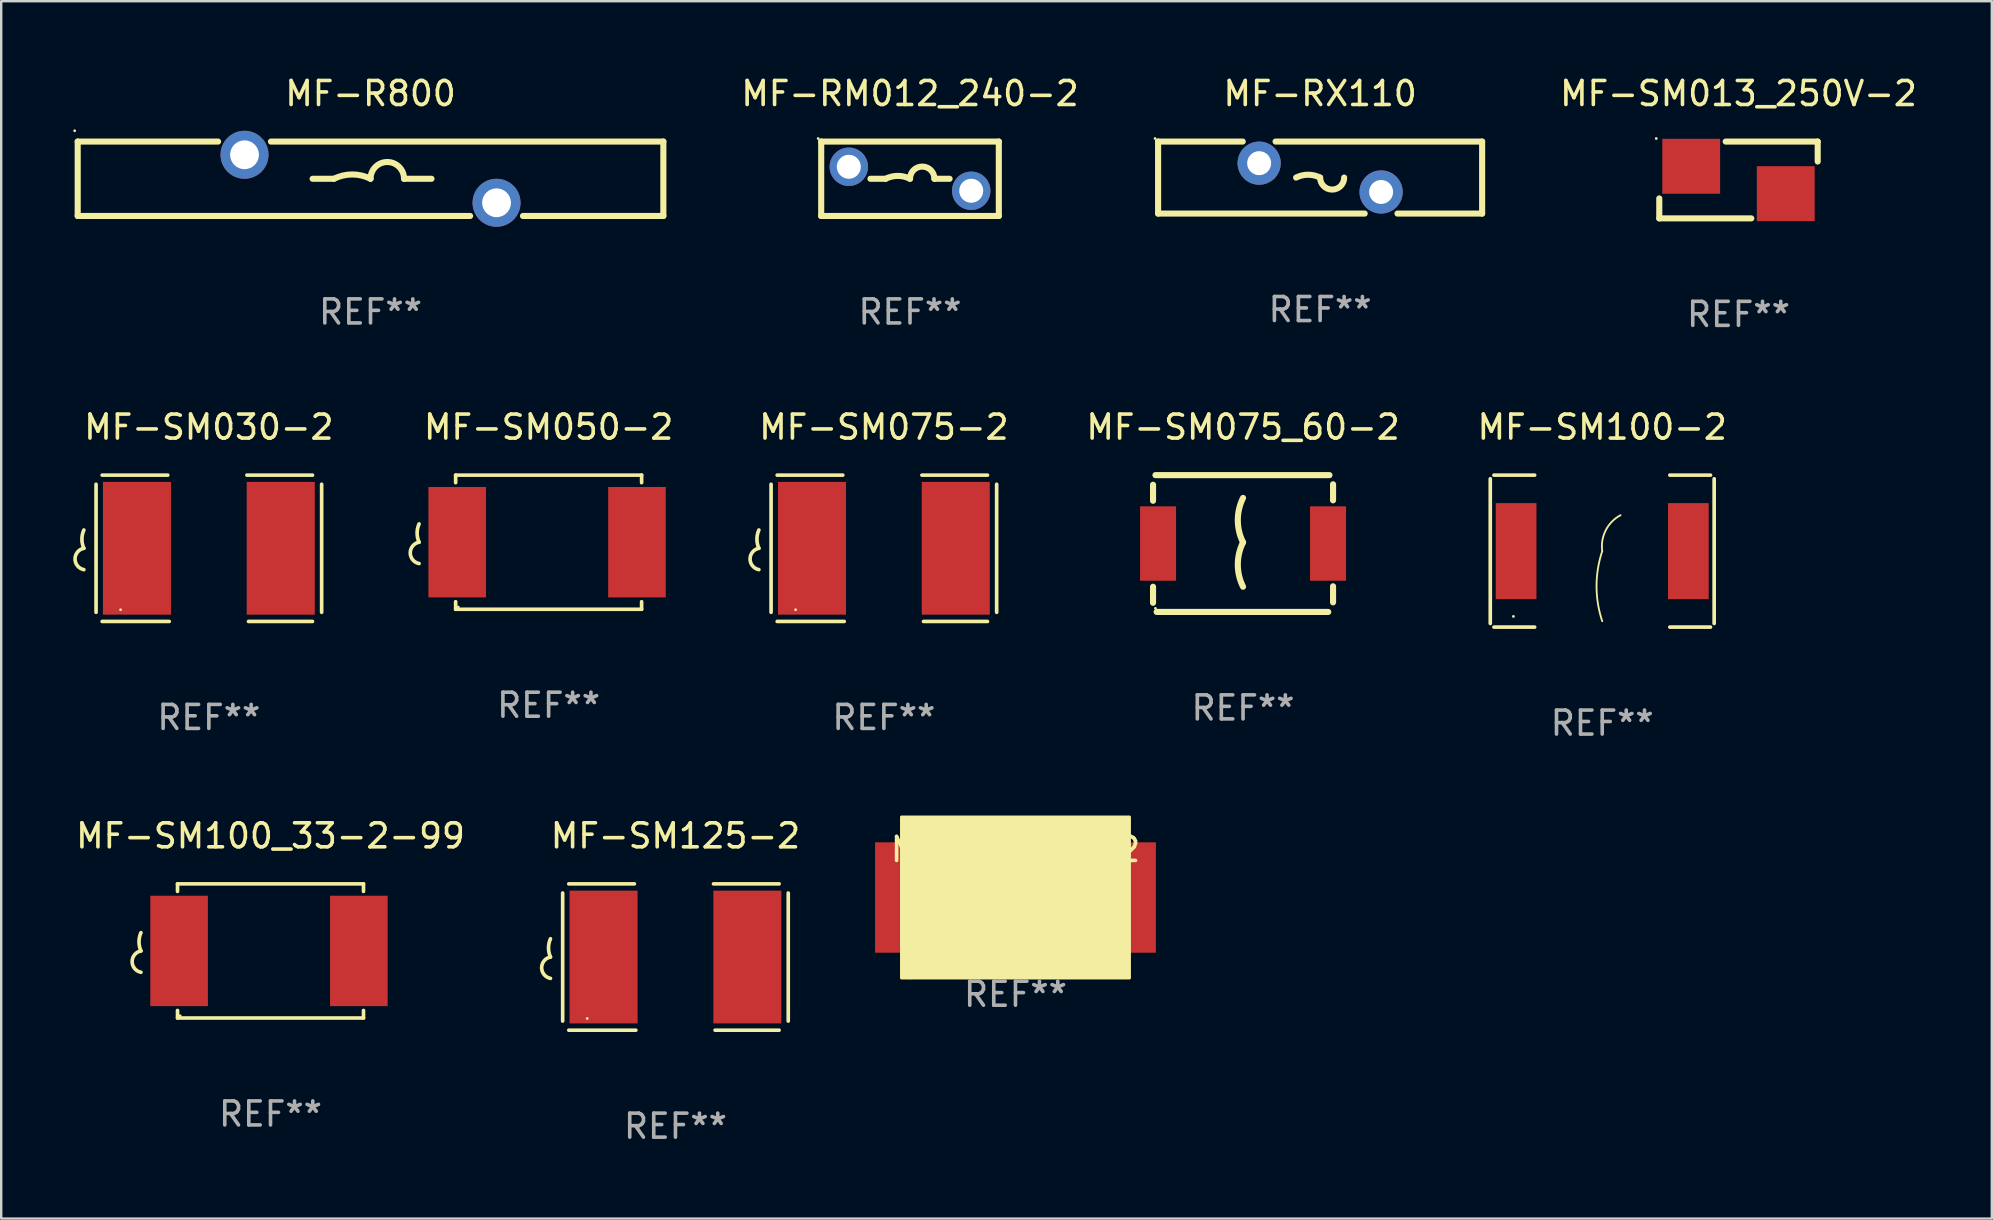
<source format=kicad_pcb>
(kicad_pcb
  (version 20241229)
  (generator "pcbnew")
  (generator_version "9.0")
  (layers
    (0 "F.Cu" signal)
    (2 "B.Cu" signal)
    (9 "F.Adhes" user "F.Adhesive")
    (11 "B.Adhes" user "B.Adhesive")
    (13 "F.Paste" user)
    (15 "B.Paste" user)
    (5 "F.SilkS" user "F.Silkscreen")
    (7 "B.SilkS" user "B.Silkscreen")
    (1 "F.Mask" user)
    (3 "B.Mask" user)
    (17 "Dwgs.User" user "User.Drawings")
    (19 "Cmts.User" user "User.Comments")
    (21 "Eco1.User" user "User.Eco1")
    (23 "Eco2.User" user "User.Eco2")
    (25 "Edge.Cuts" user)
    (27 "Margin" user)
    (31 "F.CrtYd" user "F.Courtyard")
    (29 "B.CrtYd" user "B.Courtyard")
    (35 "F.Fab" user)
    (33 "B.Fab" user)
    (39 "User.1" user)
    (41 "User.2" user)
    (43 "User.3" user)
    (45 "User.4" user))
  (footprint "MF-SM030-2"
    (layer "F.Cu")
    (at 5.651 19.793)
    (property "Reference" "MF-SM030-2" (at 0 -5.048 0) (layer "F.SilkS") (effects (font (size 1 1) (thickness 0.15))))
    (attr through_hole)
    (fp_line (start -4.699 -2.667) (end -4.699 2.667) (stroke (width 0.152) (type solid)) (layer "F.SilkS"))
    (fp_line (start -4.445 -3.048) (end -1.712 -3.048) (stroke (width 0.152) (type solid)) (layer "F.SilkS"))
    (fp_line (start -1.651 3.048) (end -4.445 3.048) (stroke (width 0.152) (type solid)) (layer "F.SilkS"))
    (fp_line (start 1.651 3.048) (end 4.318 3.048) (stroke (width 0.152) (type solid)) (layer "F.SilkS"))
    (fp_line (start 4.318 -3.048) (end 1.585 -3.048) (stroke (width 0.152) (type solid)) (layer "F.SilkS"))
    (fp_line (start 4.699 -2.667) (end 4.699 2.667) (stroke (width 0.152) (type solid)) (layer "F.SilkS"))
    (fp_arc (start -5.20701 0) (mid -5.288646 -0.381001) (end -5.20701 -0.762002) (stroke (width 0.151994) (type solid)) (layer "F.SilkS"))
    (fp_arc (start -5.20701 0.889002) (mid -5.574698 0.444501) (end -5.20701 0) (stroke (width 0.151994) (type solid)) (layer "F.SilkS"))
    (fp_circle (center -3.677 2.56) (end -3.647 2.56) (stroke (width 0.06) (type solid)) (fill no) (layer "F.SilkS"))
    (fp_text user "REF**" (at 0 7.048 0) (layer "F.Fab") (effects (font (size 1 1) (thickness 0.15))))
    (pad "1" smd rect (at -2.995 0) (size 2.835 5.53) (layers "F.Cu" "F.Mask" "F.Paste"))
    (pad "2" smd rect (at 2.995 0) (size 2.835 5.53) (layers "F.Cu" "F.Mask" "F.Paste")))
  (footprint "MF-SM150-2"
    (layer "F.Cu")
    (at 39.257 34.358)
    (property "Reference" "MF-SM150-2" (at 0 -2.016 0) (layer "F.SilkS") (effects (font (size 1 1) (thickness 0.15))))
    (attr through_hole)
    (fp_line (start -2.413 -0.016) (end -1.397 -0.016) (stroke (width 0.254) (type solid)) (layer "F.SilkS"))
    (fp_line (start 2.414 0.016) (end 1.398 0.016) (stroke (width 0.254) (type solid)) (layer "F.SilkS"))
    (fp_arc (start -1.397003 -0.0159) (mid -0.698502 -0.180794) (end -0.000001 -0.015901) (stroke (width 0.254001) (type solid)) (layer "F.SilkS"))
    (fp_arc (start 1.397536 0.0159) (mid 0.699035 0.714401) (end 0.000534 0.0159) (stroke (width 0.254001) (type solid)) (layer "F.SilkS"))
    (fp_circle (center -4.4 3.334) (end -4.37 3.334) (stroke (width 0.06) (type solid)) (fill no) (layer "F.SilkS"))
    (fp_poly (pts (xy -4.75 -3.372) (xy 4.75 -3.372) (xy 4.75 3.338) (xy -4.75 3.338)) (stroke (width 0.12) (type solid)) (fill yes) (layer "F.SilkS"))
    (fp_text user "REF**" (at 0 4.016 0) (layer "F.Fab") (effects (font (size 1 1) (thickness 0.15))))
    (pad "1" smd rect (at -4.7 -0.016 270) (size 4.6 2.3) (layers "F.Cu" "F.Mask" "F.Paste"))
    (pad "2" smd rect (at 4.7 -0.016 270) (size 4.6 2.3) (layers "F.Cu" "F.Mask" "F.Paste")))
  (footprint "MF-SM125-2"
    (layer "F.Cu")
    (at 25.091 36.822)
    (property "Reference" "MF-SM125-2" (at 0 -5.048 0) (layer "F.SilkS") (effects (font (size 1 1) (thickness 0.15))))
    (attr through_hole)
    (fp_line (start -4.699 -2.667) (end -4.699 2.667) (stroke (width 0.152) (type solid)) (layer "F.SilkS"))
    (fp_line (start -4.445 -3.048) (end -1.712 -3.048) (stroke (width 0.152) (type solid)) (layer "F.SilkS"))
    (fp_line (start -1.651 3.048) (end -4.445 3.048) (stroke (width 0.152) (type solid)) (layer "F.SilkS"))
    (fp_line (start 1.651 3.048) (end 4.318 3.048) (stroke (width 0.152) (type solid)) (layer "F.SilkS"))
    (fp_line (start 4.318 -3.048) (end 1.585 -3.048) (stroke (width 0.152) (type solid)) (layer "F.SilkS"))
    (fp_line (start 4.699 -2.667) (end 4.699 2.667) (stroke (width 0.152) (type solid)) (layer "F.SilkS"))
    (fp_arc (start -5.20701 0) (mid -5.288646 -0.381001) (end -5.20701 -0.762002) (stroke (width 0.151994) (type solid)) (layer "F.SilkS"))
    (fp_arc (start -5.20701 0.889002) (mid -5.574698 0.444501) (end -5.20701 0) (stroke (width 0.151994) (type solid)) (layer "F.SilkS"))
    (fp_circle (center -3.677 2.56) (end -3.647 2.56) (stroke (width 0.06) (type solid)) (fill no) (layer "F.SilkS"))
    (fp_text user "REF**" (at 0 7.048 0) (layer "F.Fab") (effects (font (size 1 1) (thickness 0.15))))
    (pad "1" smd rect (at -2.995 0) (size 2.835 5.53) (layers "F.Cu" "F.Mask" "F.Paste"))
    (pad "2" smd rect (at 2.995 0) (size 2.835 5.53) (layers "F.Cu" "F.Mask" "F.Paste")))
  (footprint "MF-RX110"
    (layer "F.Cu")
    (at 51.949 4.348)
    (property "Reference" "MF-RX110" (at 0 -3.5 0) (layer "F.SilkS") (effects (font (size 1 1) (thickness 0.15))))
    (attr through_hole)
    (fp_line (start -6.75 -1.5) (end -3.224 -1.5) (stroke (width 0.254) (type solid)) (layer "F.SilkS"))
    (fp_line (start -6.75 1.5) (end -6.75 -1.5) (stroke (width 0.254) (type solid)) (layer "F.SilkS"))
    (fp_line (start -1.856 -1.5) (end 6.75 -1.5) (stroke (width 0.254) (type solid)) (layer "F.SilkS"))
    (fp_line (start 1.857 1.5) (end -6.75 1.5) (stroke (width 0.254) (type solid)) (layer "F.SilkS"))
    (fp_line (start 6.75 -1.5) (end 6.75 1.5) (stroke (width 0.254) (type solid)) (layer "F.SilkS"))
    (fp_line (start 6.75 1.5) (end 3.223 1.5) (stroke (width 0.254) (type solid)) (layer "F.SilkS"))
    (fp_arc (start -1 -0.000127) (mid -0.5 -0.118148) (end 0 -0.000127) (stroke (width 0.254001) (type solid)) (layer "F.SilkS"))
    (fp_arc (start 1.000762 -0.000127) (mid 0.500381 0.5) (end 0 -0.000127) (stroke (width 0.254001) (type solid)) (layer "F.SilkS"))
    (fp_circle (center -6.877 -1.627) (end -6.847 -1.627) (stroke (width 0.06) (type solid)) (fill no) (layer "F.SilkS"))
    (fp_text user "REF**" (at 0 5.5 0) (layer "F.Fab") (effects (font (size 1 1) (thickness 0.15))))
    (pad "1" thru_hole circle (at -2.54 -0.6) (size 1.8 1.8) (drill 1) (layers "*.Cu" "*.Mask"))
    (pad "2" thru_hole circle (at 2.54 0.6) (size 1.8 1.8) (drill 1) (layers "*.Cu" "*.Mask")))
  (footprint "MF-SM075-2"
    (layer "F.Cu")
    (at 33.774 19.793)
    (property "Reference" "MF-SM075-2" (at 0 -5.048 0) (layer "F.SilkS") (effects (font (size 1 1) (thickness 0.15))))
    (attr through_hole)
    (fp_line (start -4.699 -2.667) (end -4.699 2.667) (stroke (width 0.152) (type solid)) (layer "F.SilkS"))
    (fp_line (start -4.445 -3.048) (end -1.712 -3.048) (stroke (width 0.152) (type solid)) (layer "F.SilkS"))
    (fp_line (start -1.651 3.048) (end -4.445 3.048) (stroke (width 0.152) (type solid)) (layer "F.SilkS"))
    (fp_line (start 1.651 3.048) (end 4.318 3.048) (stroke (width 0.152) (type solid)) (layer "F.SilkS"))
    (fp_line (start 4.318 -3.048) (end 1.585 -3.048) (stroke (width 0.152) (type solid)) (layer "F.SilkS"))
    (fp_line (start 4.699 -2.667) (end 4.699 2.667) (stroke (width 0.152) (type solid)) (layer "F.SilkS"))
    (fp_arc (start -5.20701 0) (mid -5.288646 -0.381001) (end -5.20701 -0.762002) (stroke (width 0.151994) (type solid)) (layer "F.SilkS"))
    (fp_arc (start -5.20701 0.889002) (mid -5.574698 0.444501) (end -5.20701 0) (stroke (width 0.151994) (type solid)) (layer "F.SilkS"))
    (fp_circle (center -3.677 2.56) (end -3.647 2.56) (stroke (width 0.06) (type solid)) (fill no) (layer "F.SilkS"))
    (fp_text user "REF**" (at 0 7.048 0) (layer "F.Fab") (effects (font (size 1 1) (thickness 0.15))))
    (pad "1" smd rect (at -2.995 0) (size 2.835 5.53) (layers "F.Cu" "F.Mask" "F.Paste"))
    (pad "2" smd rect (at 2.995 0) (size 2.835 5.53) (layers "F.Cu" "F.Mask" "F.Paste")))
  (footprint "MF-RM012_240-2"
    (layer "F.Cu")
    (at 34.863 4.398)
    (property "Reference" "MF-RM012_240-2" (at 0 -3.55 0) (layer "F.SilkS") (effects (font (size 1 1) (thickness 0.15))))
    (attr through_hole)
    (fp_line (start -3.7 -1.55) (end 3.7 -1.55) (stroke (width 0.254) (type solid)) (layer "F.SilkS"))
    (fp_line (start -3.7 1.55) (end -3.7 -1.55) (stroke (width 0.254) (type solid)) (layer "F.SilkS"))
    (fp_line (start -1.649 0) (end -1.016 0) (stroke (width 0.254) (type solid)) (layer "F.SilkS"))
    (fp_line (start 1.649 0) (end 1.016 0) (stroke (width 0.254) (type solid)) (layer "F.SilkS"))
    (fp_line (start 3.7 -1.55) (end 3.7 1.55) (stroke (width 0.254) (type solid)) (layer "F.SilkS"))
    (fp_line (start 3.7 1.55) (end -3.7 1.55) (stroke (width 0.254) (type solid)) (layer "F.SilkS"))
    (fp_arc (start -1.016002 0) (mid -0.508001 -0.119923) (end 0 0) (stroke (width 0.254001) (type solid)) (layer "F.SilkS"))
    (fp_arc (start 0 0) (mid 0.508001 -0.508001) (end 1.016002 0) (stroke (width 0.254001) (type solid)) (layer "F.SilkS"))
    (fp_circle (center -3.827 -1.677) (end -3.797 -1.677) (stroke (width 0.06) (type solid)) (fill no) (layer "F.SilkS"))
    (fp_text user "REF**" (at 0 5.55 0) (layer "F.Fab") (effects (font (size 1 1) (thickness 0.15))))
    (pad "1" thru_hole circle (at -2.55 -0.5) (size 1.6 1.6) (drill 1) (layers "*.Cu" "*.Mask"))
    (pad "2" thru_hole circle (at 2.55 0.5) (size 1.6 1.6) (drill 1) (layers "*.Cu" "*.Mask")))
  (footprint "MF-SM050-2"
    (layer "F.Cu")
    (at 19.807 19.539)
    (property "Reference" "MF-SM050-2" (at 0 -4.794 0) (layer "F.SilkS") (effects (font (size 1 1) (thickness 0.15))))
    (attr through_hole)
    (fp_line (start -3.874 -2.794) (end 3.874 -2.794) (stroke (width 0.152) (type solid)) (layer "F.SilkS"))
    (fp_line (start -3.874 -2.48) (end -3.874 -2.794) (stroke (width 0.152) (type solid)) (layer "F.SilkS"))
    (fp_line (start -3.874 2.794) (end -3.874 2.48) (stroke (width 0.152) (type solid)) (layer "F.SilkS"))
    (fp_line (start 3.874 -2.794) (end 3.874 -2.48) (stroke (width 0.152) (type solid)) (layer "F.SilkS"))
    (fp_line (start 3.874 2.48) (end 3.874 2.794) (stroke (width 0.152) (type solid)) (layer "F.SilkS"))
    (fp_line (start 3.874 2.794) (end -3.874 2.794) (stroke (width 0.152) (type solid)) (layer "F.SilkS"))
    (fp_arc (start -5.397511 0) (mid -5.479147 -0.381001) (end -5.397511 -0.762002) (stroke (width 0.151994) (type solid)) (layer "F.SilkS"))
    (fp_arc (start -5.397511 0.889002) (mid -5.765199 0.444501) (end -5.397511 0) (stroke (width 0.151994) (type solid)) (layer "F.SilkS"))
    (fp_circle (center -3.764 2.7) (end -3.734 2.7) (stroke (width 0.06) (type solid)) (fill no) (layer "F.SilkS"))
    (fp_text user "REF**" (at 0 6.794 0) (layer "F.Fab") (effects (font (size 1 1) (thickness 0.15))))
    (pad "1" smd rect (at -3.808 0) (size 2.4 4.6) (layers "F.Cu" "F.Mask" "F.Paste"))
    (pad "2" smd rect (at 3.681 0) (size 2.4 4.6) (layers "F.Cu" "F.Mask" "F.Paste")))
  (footprint "MF-SM100_33-2-99"
    (layer "F.Cu")
    (at 8.22 36.568)
    (property "Reference" "MF-SM100_33-2-99" (at 0 -4.794 0) (layer "F.SilkS") (effects (font (size 1 1) (thickness 0.15))))
    (attr through_hole)
    (fp_line (start -3.874 -2.794) (end 3.874 -2.794) (stroke (width 0.152) (type solid)) (layer "F.SilkS"))
    (fp_line (start -3.874 -2.48) (end -3.874 -2.794) (stroke (width 0.152) (type solid)) (layer "F.SilkS"))
    (fp_line (start -3.874 2.794) (end -3.874 2.48) (stroke (width 0.152) (type solid)) (layer "F.SilkS"))
    (fp_line (start 3.874 -2.794) (end 3.874 -2.48) (stroke (width 0.152) (type solid)) (layer "F.SilkS"))
    (fp_line (start 3.874 2.48) (end 3.874 2.794) (stroke (width 0.152) (type solid)) (layer "F.SilkS"))
    (fp_line (start 3.874 2.794) (end -3.874 2.794) (stroke (width 0.152) (type solid)) (layer "F.SilkS"))
    (fp_arc (start -5.397511 0) (mid -5.479147 -0.381001) (end -5.397511 -0.762002) (stroke (width 0.151994) (type solid)) (layer "F.SilkS"))
    (fp_arc (start -5.397511 0.889002) (mid -5.765199 0.444501) (end -5.397511 0) (stroke (width 0.151994) (type solid)) (layer "F.SilkS"))
    (fp_circle (center -3.764 2.7) (end -3.734 2.7) (stroke (width 0.06) (type solid)) (fill no) (layer "F.SilkS"))
    (fp_text user "REF**" (at 0 6.794 0) (layer "F.Fab") (effects (font (size 1 1) (thickness 0.15))))
    (pad "1" smd rect (at -3.808 0) (size 2.4 4.6) (layers "F.Cu" "F.Mask" "F.Paste"))
    (pad "2" smd rect (at 3.681 0) (size 2.4 4.6) (layers "F.Cu" "F.Mask" "F.Paste")))
  (footprint "MF-SM100-2"
    (layer "F.Cu")
    (at 63.702 19.911)
    (property "Reference" "MF-SM100-2" (at 0 -5.166 0) (layer "F.SilkS") (effects (font (size 1 1) (thickness 0.15))))
    (attr through_hole)
    (fp_line (start -4.664 -3.014) (end -4.664 3.014) (stroke (width 0.152) (type solid)) (layer "F.SilkS"))
    (fp_line (start -4.511 3.166) (end -2.816 3.166) (stroke (width 0.152) (type solid)) (layer "F.SilkS"))
    (fp_line (start -2.816 -3.166) (end -4.511 -3.166) (stroke (width 0.152) (type solid)) (layer "F.SilkS"))
    (fp_line (start 2.816 -3.166) (end 4.511 -3.166) (stroke (width 0.152) (type solid)) (layer "F.SilkS"))
    (fp_line (start 4.511 3.166) (end 2.816 3.166) (stroke (width 0.152) (type solid)) (layer "F.SilkS"))
    (fp_line (start 4.664 -3.014) (end 4.664 3.014) (stroke (width 0.152) (type solid)) (layer "F.SilkS"))
    (fp_arc (start 0 0) (mid 0.14666 -0.868423) (end 0.762614 -1.497922) (stroke (width 0.0762) (type solid)) (layer "F.SilkS"))
    (fp_arc (start 0 2.918549) (mid -0.236807 1.459275) (end 0 0) (stroke (width 0.0762) (type solid)) (layer "F.SilkS"))
    (fp_circle (center -3.7 2.72) (end -3.67 2.72) (stroke (width 0.06) (type solid)) (fill no) (layer "F.SilkS"))
    (fp_text user "REF**" (at 0 7.166 0) (layer "F.Fab") (effects (font (size 1 1) (thickness 0.15))))
    (pad "1" smd rect (at -3.588 0) (size 1.695 4) (layers "F.Cu" "F.Mask" "F.Paste"))
    (pad "2" smd rect (at 3.588 0) (size 1.695 4) (layers "F.Cu" "F.Mask" "F.Paste")))
  (footprint "MF-R800"
    (layer "F.Cu")
    (at 12.387 4.398)
    (property "Reference" "MF-R800" (at 0 -3.55 0) (layer "F.SilkS") (effects (font (size 1 1) (thickness 0.15))))
    (attr through_hole)
    (fp_line (start -12.2 -1.55) (end -6.351 -1.55) (stroke (width 0.254) (type solid)) (layer "F.SilkS"))
    (fp_line (start -12.2 1.55) (end -12.2 -1.55) (stroke (width 0.254) (type solid)) (layer "F.SilkS"))
    (fp_line (start -12.2 1.55) (end 4.149 1.55) (stroke (width 0.254) (type solid)) (layer "F.SilkS"))
    (fp_line (start -4.149 -1.55) (end 12.2 -1.55) (stroke (width 0.254) (type solid)) (layer "F.SilkS"))
    (fp_line (start -2.413 0) (end -1.524 0) (stroke (width 0.254) (type solid)) (layer "F.SilkS"))
    (fp_line (start 2.54 0) (end 1.397 0) (stroke (width 0.254) (type solid)) (layer "F.SilkS"))
    (fp_line (start 6.351 1.55) (end 12.2 1.55) (stroke (width 0.254) (type solid)) (layer "F.SilkS"))
    (fp_line (start 12.2 -1.55) (end 12.2 1.55) (stroke (width 0.254) (type solid)) (layer "F.SilkS"))
    (fp_arc (start -1.524003 0) (mid -0.762002 -0.179884) (end 0 0) (stroke (width 0.254001) (type solid)) (layer "F.SilkS"))
    (fp_arc (start -0.000001 0) (mid 0.698501 -0.698502) (end 1.397003 0) (stroke (width 0.254001) (type solid)) (layer "F.SilkS"))
    (fp_circle (center -12.327 -2) (end -12.297 -2) (stroke (width 0.06) (type solid)) (fill no) (layer "F.SilkS"))
    (fp_text user "REF**" (at 0 5.55 0) (layer "F.Fab") (effects (font (size 1 1) (thickness 0.15))))
    (pad "1" thru_hole circle (at -5.25 -1) (size 2 2) (drill 1.2) (layers "*.Cu" "*.Mask"))
    (pad "2" thru_hole circle (at 5.25 1) (size 2 2) (drill 1.2) (layers "*.Cu" "*.Mask")))
  (footprint "MF-SM075_60-2"
    (layer "F.Cu")
    (at 48.738 19.595)
    (property "Reference" "MF-SM075_60-2" (at 0 -4.85 0) (layer "F.SilkS") (effects (font (size 1 1) (thickness 0.15))))
    (attr through_hole)
    (fp_line (start -3.75 -2.45) (end -3.75 -1.781) (stroke (width 0.254) (type solid)) (layer "F.SilkS"))
    (fp_line (start -3.75 1.8) (end -3.75 2.469) (stroke (width 0.254) (type solid)) (layer "F.SilkS"))
    (fp_line (start -3.6 2.85) (end 3.55 2.85) (stroke (width 0.254) (type solid)) (layer "F.SilkS"))
    (fp_line (start 3.6 -2.85) (end -3.65 -2.85) (stroke (width 0.254) (type solid)) (layer "F.SilkS"))
    (fp_line (start 3.75 -1.8) (end 3.75 -2.469) (stroke (width 0.254) (type solid)) (layer "F.SilkS"))
    (fp_line (start 3.75 2.45) (end 3.75 1.781) (stroke (width 0.254) (type solid)) (layer "F.SilkS"))
    (fp_arc (start 0 -0.049988) (mid -0.218363 -0.974994) (end 0 -1.9) (stroke (width 0.254001) (type solid)) (layer "F.SilkS"))
    (fp_arc (start 0 1.800025) (mid -0.218363 0.875019) (end 0 -0.049987) (stroke (width 0.254001) (type solid)) (layer "F.SilkS"))
    (fp_circle (center -3.65 2.7) (end -3.62 2.7) (stroke (width 0.06) (type solid)) (fill no) (layer "F.SilkS"))
    (fp_text user "REF**" (at 0 6.85 0) (layer "F.Fab") (effects (font (size 1 1) (thickness 0.15))))
    (pad "1" smd rect (at -3.541 0) (size 1.5 3.1) (layers "F.Cu" "F.Mask" "F.Paste"))
    (pad "2" smd rect (at 3.541 0) (size 1.5 3.1) (layers "F.Cu" "F.Mask" "F.Paste")))
  (footprint "MF-SM013_250V-2"
    (layer "F.Cu")
    (at 69.379 4.448)
    (property "Reference" "MF-SM013_250V-2" (at 0 -3.6 0) (layer "F.SilkS") (effects (font (size 1 1) (thickness 0.15))))
    (attr through_hole)
    (fp_line (start -3.3 0.769) (end -3.3 1.6) (stroke (width 0.254) (type solid)) (layer "F.SilkS"))
    (fp_line (start -3.3 1.6) (end 0.534 1.6) (stroke (width 0.254) (type solid)) (layer "F.SilkS"))
    (fp_line (start 3.3 -1.6) (end -0.534 -1.6) (stroke (width 0.254) (type solid)) (layer "F.SilkS"))
    (fp_line (start 3.3 -1.6) (end 3.3 -0.769) (stroke (width 0.254) (type solid)) (layer "F.SilkS"))
    (fp_circle (center -3.427 -1.727) (end -3.397 -1.727) (stroke (width 0.06) (type solid)) (fill no) (layer "F.SilkS"))
    (fp_text user "REF**" (at 0 5.6 0) (layer "F.Fab") (effects (font (size 1 1) (thickness 0.15))))
    (pad "1" smd rect (at -1.97 -0.57) (size 2.41 2.29) (layers "F.Cu" "F.Mask" "F.Paste"))
    (pad "2" smd rect (at 1.97 0.57) (size 2.41 2.29) (layers "F.Cu" "F.Mask" "F.Paste")))
  (gr_rect
    (start -3 -3)
    (end 79.933 47.718)
    (stroke (width 0.1) (type default))
    (fill no)
    (layer "Edge.Cuts")))
</source>
